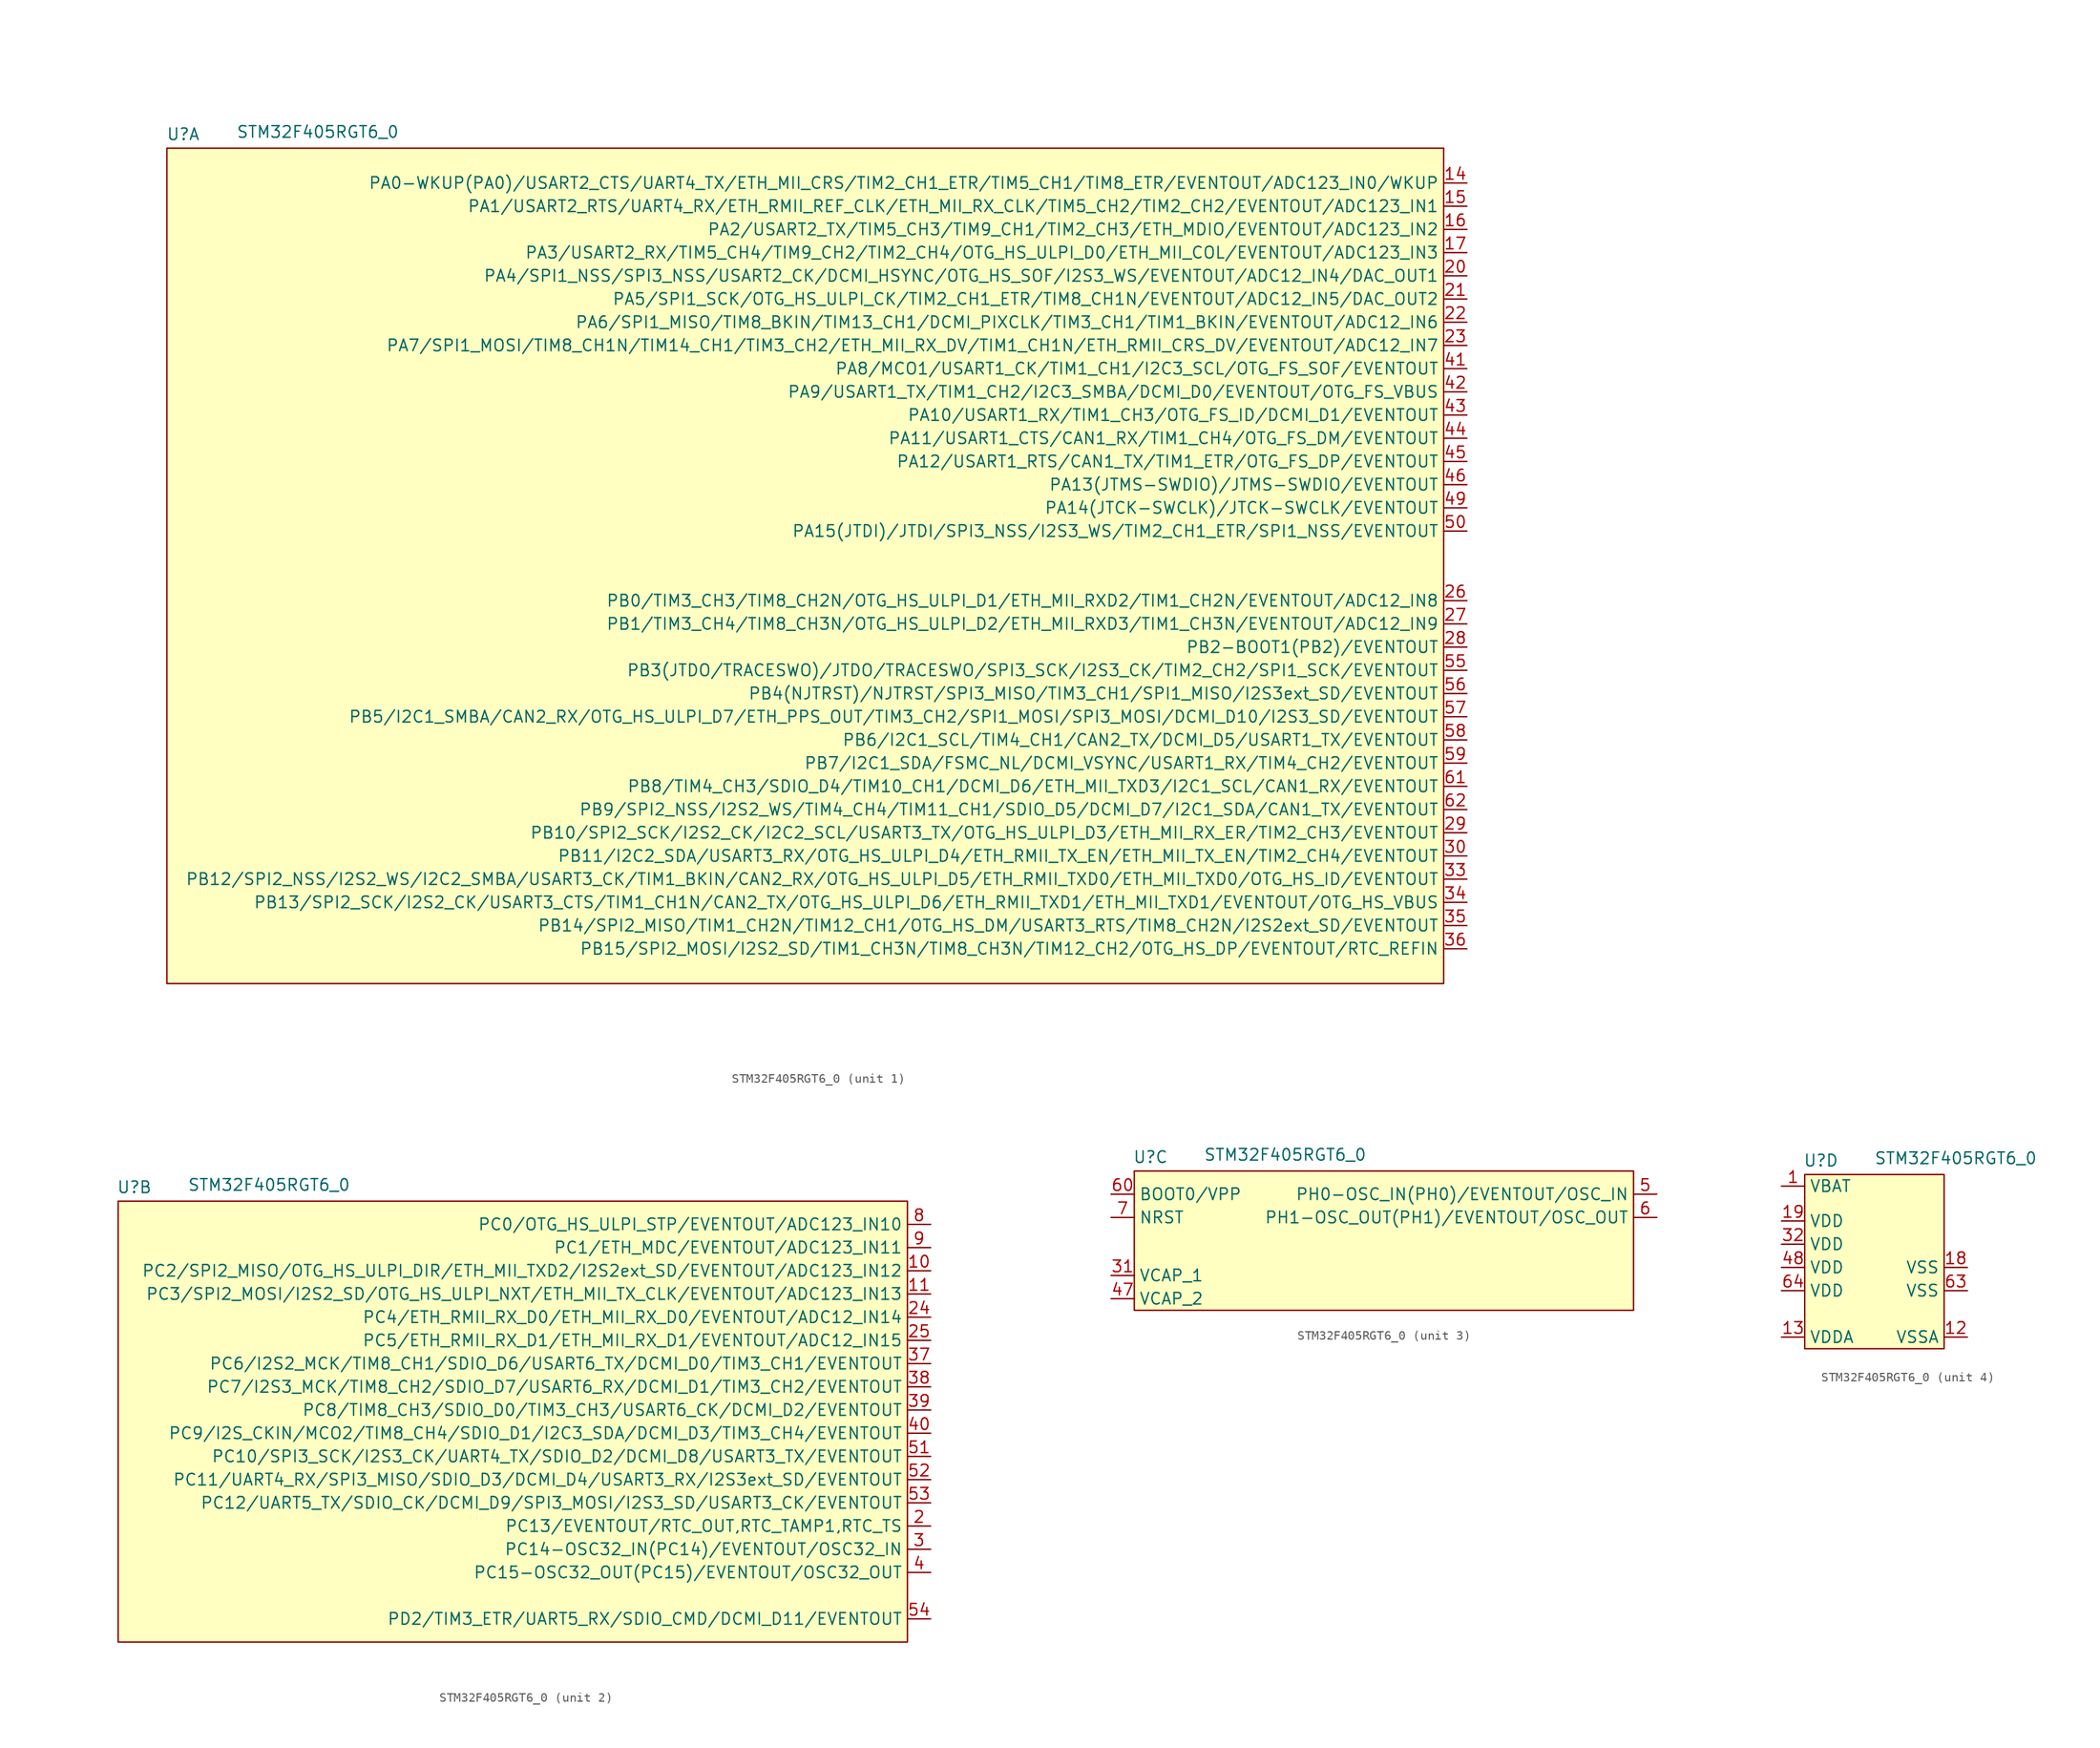
<source format=kicad_sym>
(kicad_symbol_lib
  (version 20241209)
  (generator "kicad_symbol_editor")
  (generator_version "9.0")
  (symbol "STM32F405RGT6_0"
    (property "Reference" "U"
      (at 1.778 1.524 0)
      (do_not_autoplace)
      (effects (font (size 1.27 1.27))))
    (property "Value" "STM32F405RGT6_0"
      (at 16.51 1.778 0)
      (do_not_autoplace)
      (effects (font (size 1.27 1.27))))
    (property "ki_locked" ""
      (at 0 0 0)
      (effects (font (size 1.27 1.27))))
    (symbol "STM32F405RGT6_0_1_0"
      (pin unspecified line (at 142.24 -3.81 180) (length 2.54) (name "PA0-WKUP(PA0)/USART2_CTS/UART4_TX/ETH_MII_CRS/TIM2_CH1_ETR/TIM5_CH1/TIM8_ETR/EVENTOUT/ADC123_IN0/WKUP" (effects (font (size 1.27 1.27)))) (number "14" (effects (font (size 1.27 1.27)))))
      (pin unspecified line (at 142.24 -6.35 180) (length 2.54) (name "PA1/USART2_RTS/UART4_RX/ETH_RMII_REF_CLK/ETH_MII_RX_CLK/TIM5_CH2/TIM2_CH2/EVENTOUT/ADC123_IN1" (effects (font (size 1.27 1.27)))) (number "15" (effects (font (size 1.27 1.27)))))
      (pin unspecified line (at 142.24 -8.89 180) (length 2.54) (name "PA2/USART2_TX/TIM5_CH3/TIM9_CH1/TIM2_CH3/ETH_MDIO/EVENTOUT/ADC123_IN2" (effects (font (size 1.27 1.27)))) (number "16" (effects (font (size 1.27 1.27)))))
      (pin unspecified line (at 142.24 -11.43 180) (length 2.54) (name "PA3/USART2_RX/TIM5_CH4/TIM9_CH2/TIM2_CH4/OTG_HS_ULPI_D0/ETH_MII_COL/EVENTOUT/ADC123_IN3" (effects (font (size 1.27 1.27)))) (number "17" (effects (font (size 1.27 1.27)))))
      (pin unspecified line (at 142.24 -13.97 180) (length 2.54) (name "PA4/SPI1_NSS/SPI3_NSS/USART2_CK/DCMI_HSYNC/OTG_HS_SOF/I2S3_WS/EVENTOUT/ADC12_IN4/DAC_OUT1" (effects (font (size 1.27 1.27)))) (number "20" (effects (font (size 1.27 1.27)))))
      (pin unspecified line (at 142.24 -16.51 180) (length 2.54) (name "PA5/SPI1_SCK/OTG_HS_ULPI_CK/TIM2_CH1_ETR/TIM8_CH1N/EVENTOUT/ADC12_IN5/DAC_OUT2" (effects (font (size 1.27 1.27)))) (number "21" (effects (font (size 1.27 1.27)))))
      (pin unspecified line (at 142.24 -19.05 180) (length 2.54) (name "PA6/SPI1_MISO/TIM8_BKIN/TIM13_CH1/DCMI_PIXCLK/TIM3_CH1/TIM1_BKIN/EVENTOUT/ADC12_IN6" (effects (font (size 1.27 1.27)))) (number "22" (effects (font (size 1.27 1.27)))))
      (pin unspecified line (at 142.24 -21.59 180) (length 2.54) (name "PA7/SPI1_MOSI/TIM8_CH1N/TIM14_CH1/TIM3_CH2/ETH_MII_RX_DV/TIM1_CH1N/ETH_RMII_CRS_DV/EVENTOUT/ADC12_IN7" (effects (font (size 1.27 1.27)))) (number "23" (effects (font (size 1.27 1.27)))))
      (pin unspecified line (at 142.24 -24.13 180) (length 2.54) (name "PA8/MCO1/USART1_CK/TIM1_CH1/I2C3_SCL/OTG_FS_SOF/EVENTOUT" (effects (font (size 1.27 1.27)))) (number "41" (effects (font (size 1.27 1.27)))))
      (pin unspecified line (at 142.24 -26.67 180) (length 2.54) (name "PA9/USART1_TX/TIM1_CH2/I2C3_SMBA/DCMI_D0/EVENTOUT/OTG_FS_VBUS" (effects (font (size 1.27 1.27)))) (number "42" (effects (font (size 1.27 1.27)))))
      (pin unspecified line (at 142.24 -29.21 180) (length 2.54) (name "PA10/USART1_RX/TIM1_CH3/OTG_FS_ID/DCMI_D1/EVENTOUT" (effects (font (size 1.27 1.27)))) (number "43" (effects (font (size 1.27 1.27)))))
      (pin unspecified line (at 142.24 -31.75 180) (length 2.54) (name "PA11/USART1_CTS/CAN1_RX/TIM1_CH4/OTG_FS_DM/EVENTOUT" (effects (font (size 1.27 1.27)))) (number "44" (effects (font (size 1.27 1.27)))))
      (pin unspecified line (at 142.24 -34.29 180) (length 2.54) (name "PA12/USART1_RTS/CAN1_TX/TIM1_ETR/OTG_FS_DP/EVENTOUT" (effects (font (size 1.27 1.27)))) (number "45" (effects (font (size 1.27 1.27)))))
      (pin unspecified line (at 142.24 -36.83 180) (length 2.54) (name "PA13(JTMS-SWDIO)/JTMS-SWDIO/EVENTOUT" (effects (font (size 1.27 1.27)))) (number "46" (effects (font (size 1.27 1.27)))))
      (pin unspecified line (at 142.24 -39.37 180) (length 2.54) (name "PA14(JTCK-SWCLK)/JTCK-SWCLK/EVENTOUT" (effects (font (size 1.27 1.27)))) (number "49" (effects (font (size 1.27 1.27)))))
      (pin unspecified line (at 142.24 -41.91 180) (length 2.54) (name "PA15(JTDI)/JTDI/SPI3_NSS/I2S3_WS/TIM2_CH1_ETR/SPI1_NSS/EVENTOUT" (effects (font (size 1.27 1.27)))) (number "50" (effects (font (size 1.27 1.27)))))
      (pin unspecified line (at 142.24 -49.53 180) (length 2.54) (name "PB0/TIM3_CH3/TIM8_CH2N/OTG_HS_ULPI_D1/ETH_MII_RXD2/TIM1_CH2N/EVENTOUT/ADC12_IN8" (effects (font (size 1.27 1.27)))) (number "26" (effects (font (size 1.27 1.27)))))
      (pin unspecified line (at 142.24 -52.07 180) (length 2.54) (name "PB1/TIM3_CH4/TIM8_CH3N/OTG_HS_ULPI_D2/ETH_MII_RXD3/TIM1_CH3N/EVENTOUT/ADC12_IN9" (effects (font (size 1.27 1.27)))) (number "27" (effects (font (size 1.27 1.27)))))
      (pin unspecified line (at 142.24 -54.61 180) (length 2.54) (name "PB2-BOOT1(PB2)/EVENTOUT" (effects (font (size 1.27 1.27)))) (number "28" (effects (font (size 1.27 1.27)))))
      (pin unspecified line (at 142.24 -57.15 180) (length 2.54) (name "PB3(JTDO/TRACESWO)/JTDO/TRACESWO/SPI3_SCK/I2S3_CK/TIM2_CH2/SPI1_SCK/EVENTOUT" (effects (font (size 1.27 1.27)))) (number "55" (effects (font (size 1.27 1.27)))))
      (pin unspecified line (at 142.24 -59.69 180) (length 2.54) (name "PB4(NJTRST)/NJTRST/SPI3_MISO/TIM3_CH1/SPI1_MISO/I2S3ext_SD/EVENTOUT" (effects (font (size 1.27 1.27)))) (number "56" (effects (font (size 1.27 1.27)))))
      (pin unspecified line (at 142.24 -62.23 180) (length 2.54) (name "PB5/I2C1_SMBA/CAN2_RX/OTG_HS_ULPI_D7/ETH_PPS_OUT/TIM3_CH2/SPI1_MOSI/SPI3_MOSI/DCMI_D10/I2S3_SD/EVENTOUT" (effects (font (size 1.27 1.27)))) (number "57" (effects (font (size 1.27 1.27)))))
      (pin unspecified line (at 142.24 -64.77 180) (length 2.54) (name "PB6/I2C1_SCL/TIM4_CH1/CAN2_TX/DCMI_D5/USART1_TX/EVENTOUT" (effects (font (size 1.27 1.27)))) (number "58" (effects (font (size 1.27 1.27)))))
      (pin unspecified line (at 142.24 -67.31 180) (length 2.54) (name "PB7/I2C1_SDA/FSMC_NL/DCMI_VSYNC/USART1_RX/TIM4_CH2/EVENTOUT" (effects (font (size 1.27 1.27)))) (number "59" (effects (font (size 1.27 1.27)))))
      (pin unspecified line (at 142.24 -69.85 180) (length 2.54) (name "PB8/TIM4_CH3/SDIO_D4/TIM10_CH1/DCMI_D6/ETH_MII_TXD3/I2C1_SCL/CAN1_RX/EVENTOUT" (effects (font (size 1.27 1.27)))) (number "61" (effects (font (size 1.27 1.27)))))
      (pin unspecified line (at 142.24 -72.39 180) (length 2.54) (name "PB9/SPI2_NSS/I2S2_WS/TIM4_CH4/TIM11_CH1/SDIO_D5/DCMI_D7/I2C1_SDA/CAN1_TX/EVENTOUT" (effects (font (size 1.27 1.27)))) (number "62" (effects (font (size 1.27 1.27)))))
      (pin unspecified line (at 142.24 -74.93 180) (length 2.54) (name "PB10/SPI2_SCK/I2S2_CK/I2C2_SCL/USART3_TX/OTG_HS_ULPI_D3/ETH_MII_RX_ER/TIM2_CH3/EVENTOUT" (effects (font (size 1.27 1.27)))) (number "29" (effects (font (size 1.27 1.27)))))
      (pin unspecified line (at 142.24 -77.47 180) (length 2.54) (name "PB11/I2C2_SDA/USART3_RX/OTG_HS_ULPI_D4/ETH_RMII_TX_EN/ETH_MII_TX_EN/TIM2_CH4/EVENTOUT" (effects (font (size 1.27 1.27)))) (number "30" (effects (font (size 1.27 1.27)))))
      (pin unspecified line (at 142.24 -80.01 180) (length 2.54) (name "PB12/SPI2_NSS/I2S2_WS/I2C2_SMBA/USART3_CK/TIM1_BKIN/CAN2_RX/OTG_HS_ULPI_D5/ETH_RMII_TXD0/ETH_MII_TXD0/OTG_HS_ID/EVENTOUT" (effects (font (size 1.27 1.27)))) (number "33" (effects (font (size 1.27 1.27)))))
      (pin unspecified line (at 142.24 -82.55 180) (length 2.54) (name "PB13/SPI2_SCK/I2S2_CK/USART3_CTS/TIM1_CH1N/CAN2_TX/OTG_HS_ULPI_D6/ETH_RMII_TXD1/ETH_MII_TXD1/EVENTOUT/OTG_HS_VBUS" (effects (font (size 1.27 1.27)))) (number "34" (effects (font (size 1.27 1.27)))))
      (pin unspecified line (at 142.24 -85.09 180) (length 2.54) (name "PB14/SPI2_MISO/TIM1_CH2N/TIM12_CH1/OTG_HS_DM/USART3_RTS/TIM8_CH2N/I2S2ext_SD/EVENTOUT" (effects (font (size 1.27 1.27)))) (number "35" (effects (font (size 1.27 1.27)))))
      (pin unspecified line (at 142.24 -87.63 180) (length 2.54) (name "PB15/SPI2_MOSI/I2S2_SD/TIM1_CH3N/TIM8_CH3N/TIM12_CH2/OTG_HS_DP/EVENTOUT/RTC_REFIN" (effects (font (size 1.27 1.27)))) (number "36" (effects (font (size 1.27 1.27))))))
    (symbol "STM32F405RGT6_0_1_1"
      (rectangle (start 0 0) (end 139.7 -91.44) (stroke (width 0) (type solid) (color 132 0 0 1)) (fill (type color) (color 255 255 194 1))))
    (symbol "STM32F405RGT6_0_2_0"
      (pin unspecified line (at 88.9 -2.54 180) (length 2.54) (name "PC0/OTG_HS_ULPI_STP/EVENTOUT/ADC123_IN10" (effects (font (size 1.27 1.27)))) (number "8" (effects (font (size 1.27 1.27)))))
      (pin unspecified line (at 88.9 -5.08 180) (length 2.54) (name "PC1/ETH_MDC/EVENTOUT/ADC123_IN11" (effects (font (size 1.27 1.27)))) (number "9" (effects (font (size 1.27 1.27)))))
      (pin unspecified line (at 88.9 -7.62 180) (length 2.54) (name "PC2/SPI2_MISO/OTG_HS_ULPI_DIR/ETH_MII_TXD2/I2S2ext_SD/EVENTOUT/ADC123_IN12" (effects (font (size 1.27 1.27)))) (number "10" (effects (font (size 1.27 1.27)))))
      (pin unspecified line (at 88.9 -10.16 180) (length 2.54) (name "PC3/SPI2_MOSI/I2S2_SD/OTG_HS_ULPI_NXT/ETH_MII_TX_CLK/EVENTOUT/ADC123_IN13" (effects (font (size 1.27 1.27)))) (number "11" (effects (font (size 1.27 1.27)))))
      (pin unspecified line (at 88.9 -12.7 180) (length 2.54) (name "PC4/ETH_RMII_RX_D0/ETH_MII_RX_D0/EVENTOUT/ADC12_IN14" (effects (font (size 1.27 1.27)))) (number "24" (effects (font (size 1.27 1.27)))))
      (pin unspecified line (at 88.9 -15.24 180) (length 2.54) (name "PC5/ETH_RMII_RX_D1/ETH_MII_RX_D1/EVENTOUT/ADC12_IN15" (effects (font (size 1.27 1.27)))) (number "25" (effects (font (size 1.27 1.27)))))
      (pin unspecified line (at 88.9 -17.78 180) (length 2.54) (name "PC6/I2S2_MCK/TIM8_CH1/SDIO_D6/USART6_TX/DCMI_D0/TIM3_CH1/EVENTOUT" (effects (font (size 1.27 1.27)))) (number "37" (effects (font (size 1.27 1.27)))))
      (pin unspecified line (at 88.9 -20.32 180) (length 2.54) (name "PC7/I2S3_MCK/TIM8_CH2/SDIO_D7/USART6_RX/DCMI_D1/TIM3_CH2/EVENTOUT" (effects (font (size 1.27 1.27)))) (number "38" (effects (font (size 1.27 1.27)))))
      (pin unspecified line (at 88.9 -22.86 180) (length 2.54) (name "PC8/TIM8_CH3/SDIO_D0/TIM3_CH3/USART6_CK/DCMI_D2/EVENTOUT" (effects (font (size 1.27 1.27)))) (number "39" (effects (font (size 1.27 1.27)))))
      (pin unspecified line (at 88.9 -25.4 180) (length 2.54) (name "PC9/I2S_CKIN/MCO2/TIM8_CH4/SDIO_D1/I2C3_SDA/DCMI_D3/TIM3_CH4/EVENTOUT" (effects (font (size 1.27 1.27)))) (number "40" (effects (font (size 1.27 1.27)))))
      (pin unspecified line (at 88.9 -27.94 180) (length 2.54) (name "PC10/SPI3_SCK/I2S3_CK/UART4_TX/SDIO_D2/DCMI_D8/USART3_TX/EVENTOUT" (effects (font (size 1.27 1.27)))) (number "51" (effects (font (size 1.27 1.27)))))
      (pin unspecified line (at 88.9 -30.48 180) (length 2.54) (name "PC11/UART4_RX/SPI3_MISO/SDIO_D3/DCMI_D4/USART3_RX/I2S3ext_SD/EVENTOUT" (effects (font (size 1.27 1.27)))) (number "52" (effects (font (size 1.27 1.27)))))
      (pin unspecified line (at 88.9 -33.02 180) (length 2.54) (name "PC12/UART5_TX/SDIO_CK/DCMI_D9/SPI3_MOSI/I2S3_SD/USART3_CK/EVENTOUT" (effects (font (size 1.27 1.27)))) (number "53" (effects (font (size 1.27 1.27)))))
      (pin unspecified line (at 88.9 -35.56 180) (length 2.54) (name "PC13/EVENTOUT/RTC_OUT,RTC_TAMP1,RTC_TS" (effects (font (size 1.27 1.27)))) (number "2" (effects (font (size 1.27 1.27)))))
      (pin unspecified line (at 88.9 -38.1 180) (length 2.54) (name "PC14-OSC32_IN(PC14)/EVENTOUT/OSC32_IN" (effects (font (size 1.27 1.27)))) (number "3" (effects (font (size 1.27 1.27)))))
      (pin unspecified line (at 88.9 -40.64 180) (length 2.54) (name "PC15-OSC32_OUT(PC15)/EVENTOUT/OSC32_OUT" (effects (font (size 1.27 1.27)))) (number "4" (effects (font (size 1.27 1.27)))))
      (pin unspecified line (at 88.9 -45.72 180) (length 2.54) (name "PD2/TIM3_ETR/UART5_RX/SDIO_CMD/DCMI_D11/EVENTOUT" (effects (font (size 1.27 1.27)))) (number "54" (effects (font (size 1.27 1.27))))))
    (symbol "STM32F405RGT6_0_2_1"
      (rectangle (start 0 0) (end 86.36 -48.26) (stroke (width 0) (type solid) (color 132 0 0 1)) (fill (type color) (color 255 255 194 1))))
    (symbol "STM32F405RGT6_0_3_0"
      (pin unspecified line (at -2.54 -2.54 0) (length 2.54) (name "BOOT0/VPP" (effects (font (size 1.27 1.27)))) (number "60" (effects (font (size 1.27 1.27)))))
      (pin unspecified line (at -2.54 -5.08 0) (length 2.54) (name "NRST" (effects (font (size 1.27 1.27)))) (number "7" (effects (font (size 1.27 1.27)))))
      (pin unspecified line (at -2.54 -11.43 0) (length 2.54) (name "VCAP_1" (effects (font (size 1.27 1.27)))) (number "31" (effects (font (size 1.27 1.27)))))
      (pin unspecified line (at -2.54 -13.97 0) (length 2.54) (name "VCAP_2" (effects (font (size 1.27 1.27)))) (number "47" (effects (font (size 1.27 1.27)))))
      (pin unspecified line (at 57.15 -2.54 180) (length 2.54) (name "PH0-OSC_IN(PH0)/EVENTOUT/OSC_IN" (effects (font (size 1.27 1.27)))) (number "5" (effects (font (size 1.27 1.27)))))
      (pin unspecified line (at 57.15 -5.08 180) (length 2.54) (name "PH1-OSC_OUT(PH1)/EVENTOUT/OSC_OUT" (effects (font (size 1.27 1.27)))) (number "6" (effects (font (size 1.27 1.27))))))
    (symbol "STM32F405RGT6_0_3_1"
      (rectangle (start 0 0) (end 54.61 -15.24) (stroke (width 0) (type solid) (color 132 0 0 1)) (fill (type color) (color 255 255 194 1))))
    (symbol "STM32F405RGT6_0_4_0"
      (pin unspecified line (at -2.54 -1.27 0) (length 2.54) (name "VBAT" (effects (font (size 1.27 1.27)))) (number "1" (effects (font (size 1.27 1.27)))))
      (pin unspecified line (at -2.54 -5.08 0) (length 2.54) (name "VDD" (effects (font (size 1.27 1.27)))) (number "19" (effects (font (size 1.27 1.27)))))
      (pin unspecified line (at -2.54 -7.62 0) (length 2.54) (name "VDD" (effects (font (size 1.27 1.27)))) (number "32" (effects (font (size 1.27 1.27)))))
      (pin unspecified line (at -2.54 -10.16 0) (length 2.54) (name "VDD" (effects (font (size 1.27 1.27)))) (number "48" (effects (font (size 1.27 1.27)))))
      (pin unspecified line (at -2.54 -12.7 0) (length 2.54) (name "VDD" (effects (font (size 1.27 1.27)))) (number "64" (effects (font (size 1.27 1.27)))))
      (pin unspecified line (at -2.54 -17.78 0) (length 2.54) (name "VDDA" (effects (font (size 1.27 1.27)))) (number "13" (effects (font (size 1.27 1.27)))))
      (pin unspecified line (at 17.78 -10.16 180) (length 2.54) (name "VSS" (effects (font (size 1.27 1.27)))) (number "18" (effects (font (size 1.27 1.27)))))
      (pin unspecified line (at 17.78 -12.7 180) (length 2.54) (name "VSS" (effects (font (size 1.27 1.27)))) (number "63" (effects (font (size 1.27 1.27)))))
      (pin unspecified line (at 17.78 -17.78 180) (length 2.54) (name "VSSA" (effects (font (size 1.27 1.27)))) (number "12" (effects (font (size 1.27 1.27))))))
    (symbol "STM32F405RGT6_0_4_1"
      (rectangle (start 0 0) (end 15.24 -19.05) (stroke (width 0) (type solid) (color 132 0 0 1)) (fill (type color) (color 255 255 194 1))))))
</source>
